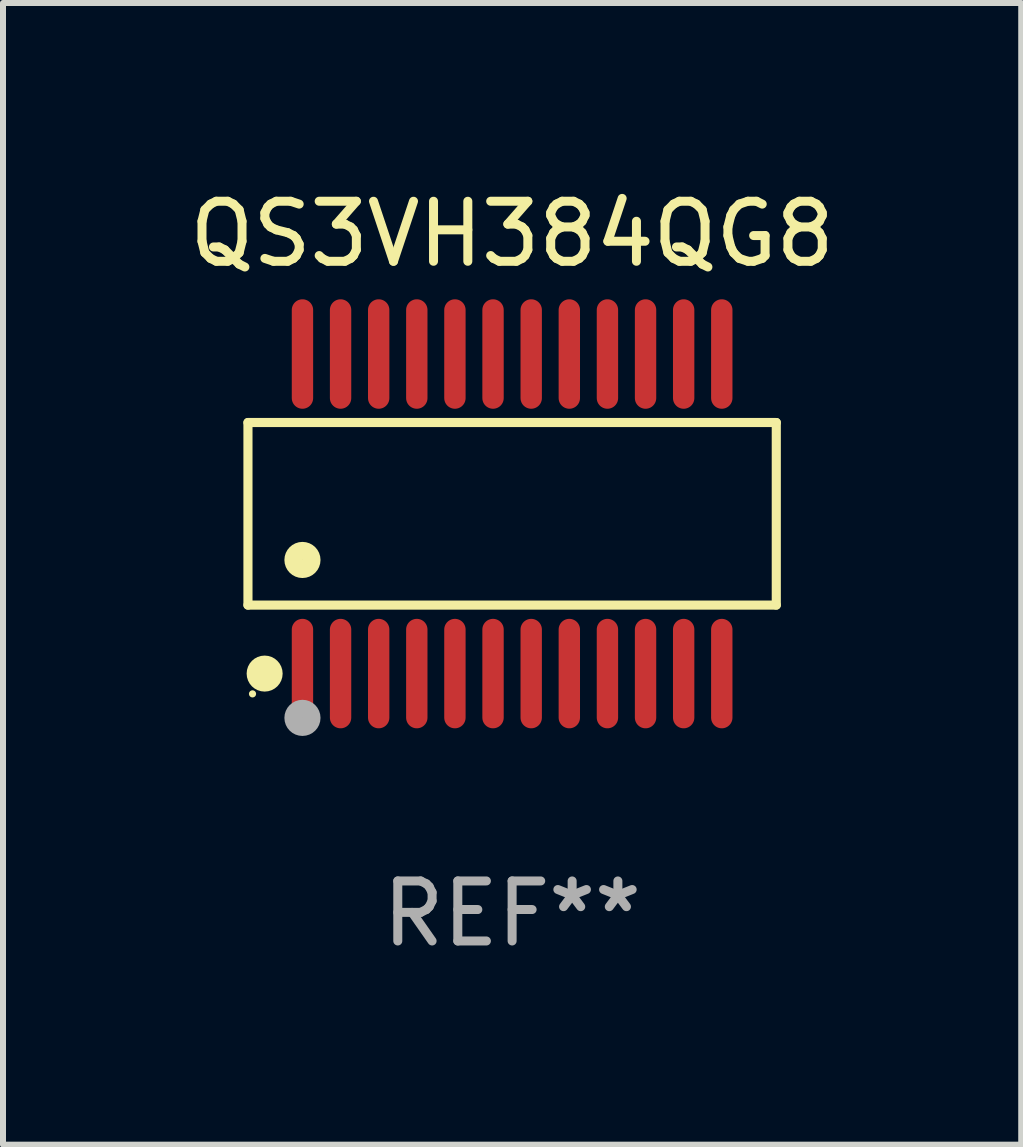
<source format=kicad_pcb>
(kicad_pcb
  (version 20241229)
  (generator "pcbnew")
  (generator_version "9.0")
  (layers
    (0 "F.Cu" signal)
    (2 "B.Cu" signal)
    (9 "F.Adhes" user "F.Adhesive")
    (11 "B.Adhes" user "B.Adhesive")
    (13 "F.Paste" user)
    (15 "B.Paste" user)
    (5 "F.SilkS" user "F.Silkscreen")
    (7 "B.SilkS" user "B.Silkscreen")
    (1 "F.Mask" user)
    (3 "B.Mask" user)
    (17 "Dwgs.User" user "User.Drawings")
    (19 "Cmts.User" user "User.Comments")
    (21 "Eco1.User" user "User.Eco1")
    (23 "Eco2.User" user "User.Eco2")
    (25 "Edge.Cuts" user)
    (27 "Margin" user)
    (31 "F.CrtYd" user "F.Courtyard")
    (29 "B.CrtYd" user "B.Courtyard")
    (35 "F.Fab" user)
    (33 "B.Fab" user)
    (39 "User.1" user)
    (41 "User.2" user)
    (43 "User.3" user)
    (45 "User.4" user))
  (footprint "QS3VH384QG8"
    (layer "F.Cu")
    (at 5.482 5.51)
    (property "Reference" "QS3VH384QG8" (at 0 -4.662 0) (layer "F.SilkS") (effects (font (size 1 1) (thickness 0.15))))
    (attr through_hole)
    (fp_line (start -4.401 -1.521) (end 4.401 -1.521) (stroke (width 0.152) (type solid)) (layer "F.SilkS"))
    (fp_line (start -4.401 1.521) (end -4.401 -1.521) (stroke (width 0.152) (type solid)) (layer "F.SilkS"))
    (fp_line (start 4.401 -1.521) (end 4.401 1.521) (stroke (width 0.152) (type solid)) (layer "F.SilkS"))
    (fp_line (start 4.401 1.521) (end -4.401 1.521) (stroke (width 0.152) (type solid)) (layer "F.SilkS"))
    (fp_circle (center -4.325 3) (end -4.295 3) (stroke (width 0.06) (type solid)) (fill no) (layer "F.SilkS"))
    (fp_circle (center -4.123 2.662) (end -3.973 2.662) (stroke (width 0.3) (type solid)) (fill no) (layer "F.SilkS"))
    (fp_circle (center -3.493 0.769) (end -3.342 0.769) (stroke (width 0.3) (type solid)) (fill no) (layer "F.SilkS"))
    (fp_circle (center -3.493 3.4) (end -3.342 3.4) (stroke (width 0.3) (type solid)) (fill no) (layer "F.Fab"))
    (fp_text user "REF**" (at 0 6.662 0) (layer "F.Fab") (effects (font (size 1 1) (thickness 0.15))))
    (pad "1" smd oval (at -3.493 2.662) (size 0.356 1.824) (layers "F.Cu" "F.Mask" "F.Paste"))
    (pad "2" smd oval (at -2.858 2.662) (size 0.356 1.824) (layers "F.Cu" "F.Mask" "F.Paste"))
    (pad "3" smd oval (at -2.223 2.662) (size 0.356 1.824) (layers "F.Cu" "F.Mask" "F.Paste"))
    (pad "4" smd oval (at -1.588 2.662) (size 0.356 1.824) (layers "F.Cu" "F.Mask" "F.Paste"))
    (pad "5" smd oval (at -0.953 2.662) (size 0.356 1.824) (layers "F.Cu" "F.Mask" "F.Paste"))
    (pad "6" smd oval (at -0.318 2.662) (size 0.356 1.824) (layers "F.Cu" "F.Mask" "F.Paste"))
    (pad "7" smd oval (at 0.318 2.662) (size 0.356 1.824) (layers "F.Cu" "F.Mask" "F.Paste"))
    (pad "8" smd oval (at 0.953 2.662) (size 0.356 1.824) (layers "F.Cu" "F.Mask" "F.Paste"))
    (pad "9" smd oval (at 1.588 2.662) (size 0.356 1.824) (layers "F.Cu" "F.Mask" "F.Paste"))
    (pad "10" smd oval (at 2.223 2.662) (size 0.356 1.824) (layers "F.Cu" "F.Mask" "F.Paste"))
    (pad "11" smd oval (at 2.858 2.662) (size 0.356 1.824) (layers "F.Cu" "F.Mask" "F.Paste"))
    (pad "12" smd oval (at 3.493 2.662) (size 0.356 1.824) (layers "F.Cu" "F.Mask" "F.Paste"))
    (pad "13" smd oval (at 3.493 -2.662) (size 0.356 1.824) (layers "F.Cu" "F.Mask" "F.Paste"))
    (pad "14" smd oval (at 2.858 -2.662) (size 0.356 1.824) (layers "F.Cu" "F.Mask" "F.Paste"))
    (pad "15" smd oval (at 2.223 -2.662) (size 0.356 1.824) (layers "F.Cu" "F.Mask" "F.Paste"))
    (pad "16" smd oval (at 1.588 -2.662) (size 0.356 1.824) (layers "F.Cu" "F.Mask" "F.Paste"))
    (pad "17" smd oval (at 0.953 -2.662) (size 0.356 1.824) (layers "F.Cu" "F.Mask" "F.Paste"))
    (pad "18" smd oval (at 0.318 -2.662) (size 0.356 1.824) (layers "F.Cu" "F.Mask" "F.Paste"))
    (pad "19" smd oval (at -0.318 -2.662) (size 0.356 1.824) (layers "F.Cu" "F.Mask" "F.Paste"))
    (pad "20" smd oval (at -0.953 -2.662) (size 0.356 1.824) (layers "F.Cu" "F.Mask" "F.Paste"))
    (pad "21" smd oval (at -1.588 -2.662) (size 0.356 1.824) (layers "F.Cu" "F.Mask" "F.Paste"))
    (pad "22" smd oval (at -2.223 -2.662) (size 0.356 1.824) (layers "F.Cu" "F.Mask" "F.Paste"))
    (pad "23" smd oval (at -2.858 -2.662) (size 0.356 1.824) (layers "F.Cu" "F.Mask" "F.Paste"))
    (pad "24" smd oval (at -3.493 -2.662) (size 0.356 1.824) (layers "F.Cu" "F.Mask" "F.Paste")))
  (gr_rect
    (start -3 -3)
    (end 13.964 16.02)
    (stroke (width 0.1) (type default))
    (fill no)
    (layer "Edge.Cuts")))
</source>
